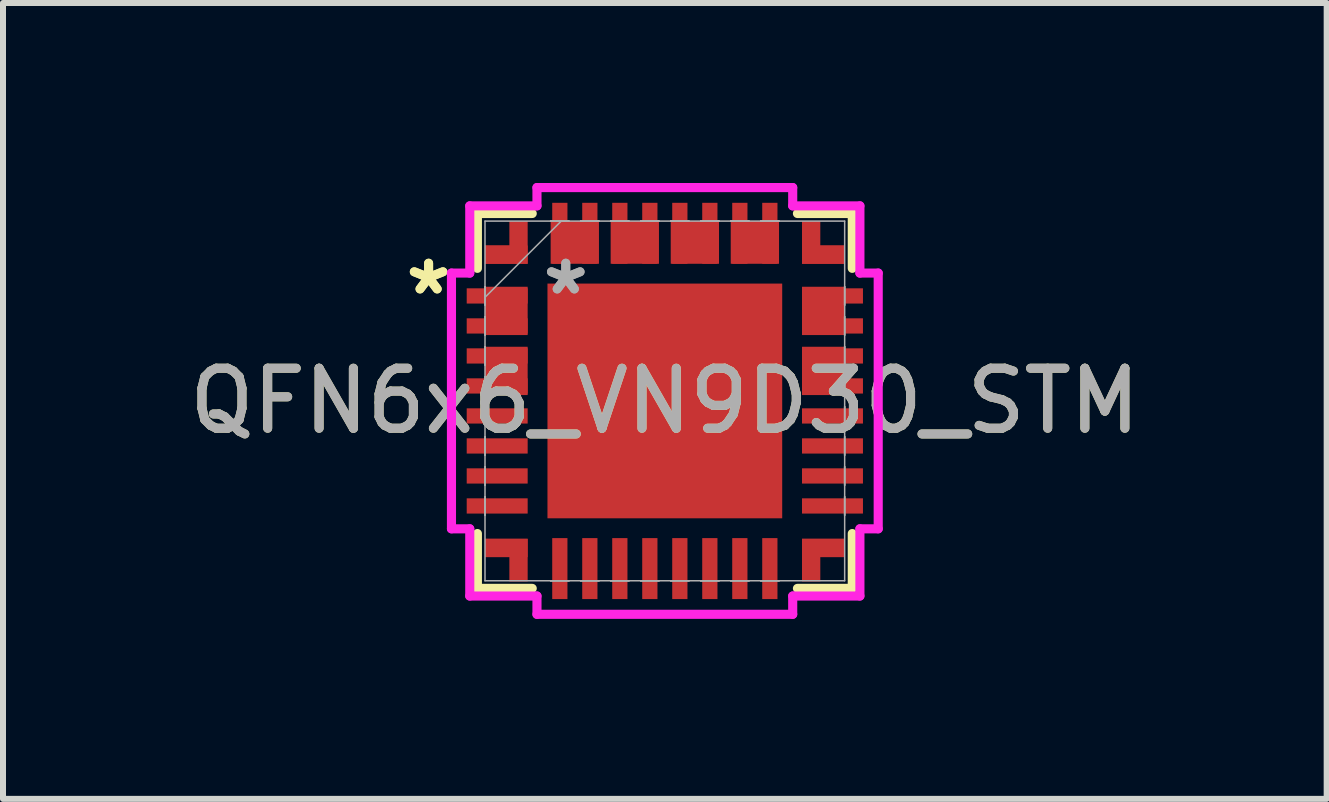
<source format=kicad_pcb>
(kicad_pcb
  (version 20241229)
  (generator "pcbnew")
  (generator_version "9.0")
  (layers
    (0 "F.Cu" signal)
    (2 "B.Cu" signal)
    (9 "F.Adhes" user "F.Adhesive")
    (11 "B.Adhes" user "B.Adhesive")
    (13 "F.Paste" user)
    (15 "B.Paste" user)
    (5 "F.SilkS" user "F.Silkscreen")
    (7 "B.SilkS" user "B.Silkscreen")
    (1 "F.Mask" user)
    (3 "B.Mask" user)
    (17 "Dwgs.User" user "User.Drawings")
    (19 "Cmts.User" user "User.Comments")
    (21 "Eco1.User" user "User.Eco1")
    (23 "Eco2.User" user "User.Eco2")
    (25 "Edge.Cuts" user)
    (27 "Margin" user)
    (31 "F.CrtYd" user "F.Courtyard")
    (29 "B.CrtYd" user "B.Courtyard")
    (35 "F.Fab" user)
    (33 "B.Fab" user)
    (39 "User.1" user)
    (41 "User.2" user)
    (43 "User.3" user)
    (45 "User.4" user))
  (footprint "QFN6x6_VN9D30_STM"
    (layer "F.Cu")
    (at 8.03 3.632)
    (property "Reference" "QFN6x6_VN9D30_STM" (at 0 0 0) (unlocked yes) (layer "F.SilkS") (effects (font (size 1 1) (thickness 0.15))))
    (attr smd)
    (fp_poly (pts (xy -2.286 -1.903) (xy -2.286 -1.098) (xy -2.997 -1.098) (xy -2.997 -1.903)) (stroke (width 0) (type solid)) (fill yes) (layer "F.Cu"))
    (fp_poly (pts (xy -2.286 -0.903) (xy -2.286 -0.098) (xy -2.997 -0.098) (xy -2.997 -0.903)) (stroke (width 0) (type solid)) (fill yes) (layer "F.Cu"))
    (fp_poly (pts (xy -1.903 -2.997) (xy -1.098 -2.997) (xy -1.098 -2.286) (xy -1.903 -2.286)) (stroke (width 0) (type solid)) (fill yes) (layer "F.Cu"))
    (fp_poly (pts (xy -0.903 -2.997) (xy -0.098 -2.997) (xy -0.098 -2.286) (xy -0.903 -2.286)) (stroke (width 0) (type solid)) (fill yes) (layer "F.Cu"))
    (fp_poly (pts (xy 0.098 -2.997) (xy 0.903 -2.997) (xy 0.903 -2.286) (xy 0.098 -2.286)) (stroke (width 0) (type solid)) (fill yes) (layer "F.Cu"))
    (fp_poly (pts (xy 1.098 -2.997) (xy 1.903 -2.997) (xy 1.903 -2.286) (xy 1.098 -2.286)) (stroke (width 0) (type solid)) (fill yes) (layer "F.Cu"))
    (fp_poly (pts (xy 2.997 -1.903) (xy 2.997 -1.098) (xy 2.286 -1.098) (xy 2.286 -1.903)) (stroke (width 0) (type solid)) (fill yes) (layer "F.Cu"))
    (fp_poly (pts (xy 2.997 -0.903) (xy 2.997 -0.098) (xy 2.286 -0.098) (xy 2.286 -0.903)) (stroke (width 0) (type solid)) (fill yes) (layer "F.Cu"))
    (fp_poly (pts (xy -2.286 -2.286) (xy -2.286 -2.997) (xy -2.591 -2.997) (xy -2.591 -2.591) (xy -2.997 -2.591) (xy -2.997 -2.286)) (stroke (width 0) (type solid)) (fill yes) (layer "F.Cu"))
    (fp_poly (pts (xy -2.286 2.297) (xy -2.286 3.008) (xy -2.591 3.008) (xy -2.591 2.602) (xy -2.997 2.602) (xy -2.997 2.297)) (stroke (width 0) (type solid)) (fill yes) (layer "F.Cu"))
    (fp_poly (pts (xy 2.286 -2.286) (xy 2.286 -2.997) (xy 2.591 -2.997) (xy 2.591 -2.591) (xy 2.997 -2.591) (xy 2.997 -2.286)) (stroke (width 0) (type solid)) (fill yes) (layer "F.Cu"))
    (fp_poly (pts (xy 2.286 2.297) (xy 2.286 3.008) (xy 2.591 3.008) (xy 2.591 2.602) (xy 2.997 2.602) (xy 2.997 2.297)) (stroke (width 0) (type solid)) (fill yes) (layer "F.Cu"))
    (fp_poly (pts (xy -2.286 -1.903) (xy -2.286 -1.098) (xy -2.997 -1.098) (xy -2.997 -1.903)) (stroke (width 0) (type solid)) (fill yes) (layer "F.Mask"))
    (fp_poly (pts (xy -2.286 2.297) (xy -2.286 3.008) (xy -2.591 3.008) (xy -2.591 2.602) (xy -2.997 2.602) (xy -2.997 2.297)) (stroke (width 0) (type solid)) (fill yes) (layer "F.Mask"))
    (fp_line (start -3.124 -3.124) (end -3.124 -2.21) (stroke (width 0.152) (type solid)) (layer "F.SilkS"))
    (fp_line (start -3.124 2.21) (end -3.124 3.124) (stroke (width 0.152) (type solid)) (layer "F.SilkS"))
    (fp_line (start -3.124 3.124) (end -2.21 3.124) (stroke (width 0.152) (type solid)) (layer "F.SilkS"))
    (fp_line (start -2.21 -3.124) (end -3.124 -3.124) (stroke (width 0.152) (type solid)) (layer "F.SilkS"))
    (fp_line (start 2.21 3.124) (end 3.124 3.124) (stroke (width 0.152) (type solid)) (layer "F.SilkS"))
    (fp_line (start 3.124 -3.124) (end 2.21 -3.124) (stroke (width 0.152) (type solid)) (layer "F.SilkS"))
    (fp_line (start 3.124 -2.21) (end 3.124 -3.124) (stroke (width 0.152) (type solid)) (layer "F.SilkS"))
    (fp_line (start 3.124 3.124) (end 3.124 2.21) (stroke (width 0.152) (type solid)) (layer "F.SilkS"))
    (fp_poly (pts (xy -2.286 -1.903) (xy -2.286 -1.098) (xy -2.997 -1.098) (xy -2.997 -1.903)) (stroke (width 0) (type solid)) (fill yes) (layer "F.Paste"))
    (fp_poly (pts (xy -2.286 2.297) (xy -2.286 3.008) (xy -2.591 3.008) (xy -2.591 2.602) (xy -2.997 2.602) (xy -2.997 2.297)) (stroke (width 0) (type solid)) (fill yes) (layer "F.Paste"))
    (fp_line (start -3.556 -2.131) (end -3.251 -2.131) (stroke (width 0.152) (type solid)) (layer "F.CrtYd"))
    (fp_line (start -3.556 2.131) (end -3.556 -2.131) (stroke (width 0.152) (type solid)) (layer "F.CrtYd"))
    (fp_line (start -3.251 -3.251) (end -2.131 -3.251) (stroke (width 0.152) (type solid)) (layer "F.CrtYd"))
    (fp_line (start -3.251 -2.131) (end -3.251 -3.251) (stroke (width 0.152) (type solid)) (layer "F.CrtYd"))
    (fp_line (start -3.251 2.131) (end -3.556 2.131) (stroke (width 0.152) (type solid)) (layer "F.CrtYd"))
    (fp_line (start -3.251 3.251) (end -3.251 2.131) (stroke (width 0.152) (type solid)) (layer "F.CrtYd"))
    (fp_line (start -2.131 -3.556) (end 2.131 -3.556) (stroke (width 0.152) (type solid)) (layer "F.CrtYd"))
    (fp_line (start -2.131 -3.251) (end -2.131 -3.556) (stroke (width 0.152) (type solid)) (layer "F.CrtYd"))
    (fp_line (start -2.131 3.251) (end -3.251 3.251) (stroke (width 0.152) (type solid)) (layer "F.CrtYd"))
    (fp_line (start -2.131 3.556) (end -2.131 3.251) (stroke (width 0.152) (type solid)) (layer "F.CrtYd"))
    (fp_line (start 2.131 -3.556) (end 2.131 -3.251) (stroke (width 0.152) (type solid)) (layer "F.CrtYd"))
    (fp_line (start 2.131 -3.251) (end 3.251 -3.251) (stroke (width 0.152) (type solid)) (layer "F.CrtYd"))
    (fp_line (start 2.131 3.251) (end 2.131 3.556) (stroke (width 0.152) (type solid)) (layer "F.CrtYd"))
    (fp_line (start 2.131 3.556) (end -2.131 3.556) (stroke (width 0.152) (type solid)) (layer "F.CrtYd"))
    (fp_line (start 3.251 -3.251) (end 3.251 -2.131) (stroke (width 0.152) (type solid)) (layer "F.CrtYd"))
    (fp_line (start 3.251 -2.131) (end 3.556 -2.131) (stroke (width 0.152) (type solid)) (layer "F.CrtYd"))
    (fp_line (start 3.251 2.131) (end 3.251 3.251) (stroke (width 0.152) (type solid)) (layer "F.CrtYd"))
    (fp_line (start 3.251 3.251) (end 2.131 3.251) (stroke (width 0.152) (type solid)) (layer "F.CrtYd"))
    (fp_line (start 3.556 -2.131) (end 3.556 2.131) (stroke (width 0.152) (type solid)) (layer "F.CrtYd"))
    (fp_line (start 3.556 2.131) (end 3.251 2.131) (stroke (width 0.152) (type solid)) (layer "F.CrtYd"))
    (fp_line (start -2.997 -2.997) (end -2.997 2.997) (stroke (width 0.025) (type solid)) (layer "F.Fab"))
    (fp_line (start -2.997 -1.903) (end -2.997 -1.903) (stroke (width 0.025) (type solid)) (layer "F.Fab"))
    (fp_line (start -2.997 -1.903) (end -2.997 -1.598) (stroke (width 0.025) (type solid)) (layer "F.Fab"))
    (fp_line (start -2.997 -1.727) (end -1.727 -2.997) (stroke (width 0.025) (type solid)) (layer "F.Fab"))
    (fp_line (start -2.997 -1.598) (end -2.997 -1.903) (stroke (width 0.025) (type solid)) (layer "F.Fab"))
    (fp_line (start -2.997 -1.598) (end -2.997 -1.598) (stroke (width 0.025) (type solid)) (layer "F.Fab"))
    (fp_line (start -2.997 -1.403) (end -2.997 -1.403) (stroke (width 0.025) (type solid)) (layer "F.Fab"))
    (fp_line (start -2.997 -1.403) (end -2.997 -1.098) (stroke (width 0.025) (type solid)) (layer "F.Fab"))
    (fp_line (start -2.997 -1.098) (end -2.997 -1.403) (stroke (width 0.025) (type solid)) (layer "F.Fab"))
    (fp_line (start -2.997 -1.098) (end -2.997 -1.098) (stroke (width 0.025) (type solid)) (layer "F.Fab"))
    (fp_line (start -2.997 -0.903) (end -2.997 -0.903) (stroke (width 0.025) (type solid)) (layer "F.Fab"))
    (fp_line (start -2.997 -0.903) (end -2.997 -0.598) (stroke (width 0.025) (type solid)) (layer "F.Fab"))
    (fp_line (start -2.997 -0.598) (end -2.997 -0.903) (stroke (width 0.025) (type solid)) (layer "F.Fab"))
    (fp_line (start -2.997 -0.598) (end -2.997 -0.598) (stroke (width 0.025) (type solid)) (layer "F.Fab"))
    (fp_line (start -2.997 -0.402) (end -2.997 -0.402) (stroke (width 0.025) (type solid)) (layer "F.Fab"))
    (fp_line (start -2.997 -0.402) (end -2.997 -0.098) (stroke (width 0.025) (type solid)) (layer "F.Fab"))
    (fp_line (start -2.997 -0.098) (end -2.997 -0.402) (stroke (width 0.025) (type solid)) (layer "F.Fab"))
    (fp_line (start -2.997 -0.098) (end -2.997 -0.098) (stroke (width 0.025) (type solid)) (layer "F.Fab"))
    (fp_line (start -2.997 0.098) (end -2.997 0.098) (stroke (width 0.025) (type solid)) (layer "F.Fab"))
    (fp_line (start -2.997 0.098) (end -2.997 0.402) (stroke (width 0.025) (type solid)) (layer "F.Fab"))
    (fp_line (start -2.997 0.402) (end -2.997 0.098) (stroke (width 0.025) (type solid)) (layer "F.Fab"))
    (fp_line (start -2.997 0.402) (end -2.997 0.402) (stroke (width 0.025) (type solid)) (layer "F.Fab"))
    (fp_line (start -2.997 0.598) (end -2.997 0.598) (stroke (width 0.025) (type solid)) (layer "F.Fab"))
    (fp_line (start -2.997 0.598) (end -2.997 0.903) (stroke (width 0.025) (type solid)) (layer "F.Fab"))
    (fp_line (start -2.997 0.903) (end -2.997 0.598) (stroke (width 0.025) (type solid)) (layer "F.Fab"))
    (fp_line (start -2.997 0.903) (end -2.997 0.903) (stroke (width 0.025) (type solid)) (layer "F.Fab"))
    (fp_line (start -2.997 1.098) (end -2.997 1.098) (stroke (width 0.025) (type solid)) (layer "F.Fab"))
    (fp_line (start -2.997 1.098) (end -2.997 1.403) (stroke (width 0.025) (type solid)) (layer "F.Fab"))
    (fp_line (start -2.997 1.403) (end -2.997 1.098) (stroke (width 0.025) (type solid)) (layer "F.Fab"))
    (fp_line (start -2.997 1.403) (end -2.997 1.403) (stroke (width 0.025) (type solid)) (layer "F.Fab"))
    (fp_line (start -2.997 1.598) (end -2.997 1.598) (stroke (width 0.025) (type solid)) (layer "F.Fab"))
    (fp_line (start -2.997 1.598) (end -2.997 1.903) (stroke (width 0.025) (type solid)) (layer "F.Fab"))
    (fp_line (start -2.997 1.903) (end -2.997 1.598) (stroke (width 0.025) (type solid)) (layer "F.Fab"))
    (fp_line (start -2.997 1.903) (end -2.997 1.903) (stroke (width 0.025) (type solid)) (layer "F.Fab"))
    (fp_line (start -2.997 2.997) (end 2.997 2.997) (stroke (width 0.025) (type solid)) (layer "F.Fab"))
    (fp_line (start -1.903 -2.997) (end -1.903 -2.997) (stroke (width 0.025) (type solid)) (layer "F.Fab"))
    (fp_line (start -1.903 -2.997) (end -1.598 -2.997) (stroke (width 0.025) (type solid)) (layer "F.Fab"))
    (fp_line (start -1.903 2.997) (end -1.903 2.997) (stroke (width 0.025) (type solid)) (layer "F.Fab"))
    (fp_line (start -1.903 2.997) (end -1.598 2.997) (stroke (width 0.025) (type solid)) (layer "F.Fab"))
    (fp_line (start -1.598 -2.997) (end -1.903 -2.997) (stroke (width 0.025) (type solid)) (layer "F.Fab"))
    (fp_line (start -1.598 -2.997) (end -1.598 -2.997) (stroke (width 0.025) (type solid)) (layer "F.Fab"))
    (fp_line (start -1.598 2.997) (end -1.903 2.997) (stroke (width 0.025) (type solid)) (layer "F.Fab"))
    (fp_line (start -1.598 2.997) (end -1.598 2.997) (stroke (width 0.025) (type solid)) (layer "F.Fab"))
    (fp_line (start -1.403 -2.997) (end -1.403 -2.997) (stroke (width 0.025) (type solid)) (layer "F.Fab"))
    (fp_line (start -1.403 -2.997) (end -1.098 -2.997) (stroke (width 0.025) (type solid)) (layer "F.Fab"))
    (fp_line (start -1.403 2.997) (end -1.403 2.997) (stroke (width 0.025) (type solid)) (layer "F.Fab"))
    (fp_line (start -1.403 2.997) (end -1.098 2.997) (stroke (width 0.025) (type solid)) (layer "F.Fab"))
    (fp_line (start -1.098 -2.997) (end -1.403 -2.997) (stroke (width 0.025) (type solid)) (layer "F.Fab"))
    (fp_line (start -1.098 -2.997) (end -1.098 -2.997) (stroke (width 0.025) (type solid)) (layer "F.Fab"))
    (fp_line (start -1.098 2.997) (end -1.403 2.997) (stroke (width 0.025) (type solid)) (layer "F.Fab"))
    (fp_line (start -1.098 2.997) (end -1.098 2.997) (stroke (width 0.025) (type solid)) (layer "F.Fab"))
    (fp_line (start -0.903 -2.997) (end -0.903 -2.997) (stroke (width 0.025) (type solid)) (layer "F.Fab"))
    (fp_line (start -0.903 -2.997) (end -0.598 -2.997) (stroke (width 0.025) (type solid)) (layer "F.Fab"))
    (fp_line (start -0.903 2.997) (end -0.903 2.997) (stroke (width 0.025) (type solid)) (layer "F.Fab"))
    (fp_line (start -0.903 2.997) (end -0.598 2.997) (stroke (width 0.025) (type solid)) (layer "F.Fab"))
    (fp_line (start -0.598 -2.997) (end -0.903 -2.997) (stroke (width 0.025) (type solid)) (layer "F.Fab"))
    (fp_line (start -0.598 -2.997) (end -0.598 -2.997) (stroke (width 0.025) (type solid)) (layer "F.Fab"))
    (fp_line (start -0.598 2.997) (end -0.903 2.997) (stroke (width 0.025) (type solid)) (layer "F.Fab"))
    (fp_line (start -0.598 2.997) (end -0.598 2.997) (stroke (width 0.025) (type solid)) (layer "F.Fab"))
    (fp_line (start -0.402 -2.997) (end -0.402 -2.997) (stroke (width 0.025) (type solid)) (layer "F.Fab"))
    (fp_line (start -0.402 -2.997) (end -0.098 -2.997) (stroke (width 0.025) (type solid)) (layer "F.Fab"))
    (fp_line (start -0.402 2.997) (end -0.402 2.997) (stroke (width 0.025) (type solid)) (layer "F.Fab"))
    (fp_line (start -0.402 2.997) (end -0.098 2.997) (stroke (width 0.025) (type solid)) (layer "F.Fab"))
    (fp_line (start -0.098 -2.997) (end -0.402 -2.997) (stroke (width 0.025) (type solid)) (layer "F.Fab"))
    (fp_line (start -0.098 -2.997) (end -0.098 -2.997) (stroke (width 0.025) (type solid)) (layer "F.Fab"))
    (fp_line (start -0.098 2.997) (end -0.402 2.997) (stroke (width 0.025) (type solid)) (layer "F.Fab"))
    (fp_line (start -0.098 2.997) (end -0.098 2.997) (stroke (width 0.025) (type solid)) (layer "F.Fab"))
    (fp_line (start 0.098 -2.997) (end 0.098 -2.997) (stroke (width 0.025) (type solid)) (layer "F.Fab"))
    (fp_line (start 0.098 -2.997) (end 0.402 -2.997) (stroke (width 0.025) (type solid)) (layer "F.Fab"))
    (fp_line (start 0.098 2.997) (end 0.098 2.997) (stroke (width 0.025) (type solid)) (layer "F.Fab"))
    (fp_line (start 0.098 2.997) (end 0.402 2.997) (stroke (width 0.025) (type solid)) (layer "F.Fab"))
    (fp_line (start 0.402 -2.997) (end 0.098 -2.997) (stroke (width 0.025) (type solid)) (layer "F.Fab"))
    (fp_line (start 0.402 -2.997) (end 0.402 -2.997) (stroke (width 0.025) (type solid)) (layer "F.Fab"))
    (fp_line (start 0.402 2.997) (end 0.098 2.997) (stroke (width 0.025) (type solid)) (layer "F.Fab"))
    (fp_line (start 0.402 2.997) (end 0.402 2.997) (stroke (width 0.025) (type solid)) (layer "F.Fab"))
    (fp_line (start 0.598 -2.997) (end 0.598 -2.997) (stroke (width 0.025) (type solid)) (layer "F.Fab"))
    (fp_line (start 0.598 -2.997) (end 0.903 -2.997) (stroke (width 0.025) (type solid)) (layer "F.Fab"))
    (fp_line (start 0.598 2.997) (end 0.598 2.997) (stroke (width 0.025) (type solid)) (layer "F.Fab"))
    (fp_line (start 0.598 2.997) (end 0.903 2.997) (stroke (width 0.025) (type solid)) (layer "F.Fab"))
    (fp_line (start 0.903 -2.997) (end 0.598 -2.997) (stroke (width 0.025) (type solid)) (layer "F.Fab"))
    (fp_line (start 0.903 -2.997) (end 0.903 -2.997) (stroke (width 0.025) (type solid)) (layer "F.Fab"))
    (fp_line (start 0.903 2.997) (end 0.598 2.997) (stroke (width 0.025) (type solid)) (layer "F.Fab"))
    (fp_line (start 0.903 2.997) (end 0.903 2.997) (stroke (width 0.025) (type solid)) (layer "F.Fab"))
    (fp_line (start 1.098 -2.997) (end 1.098 -2.997) (stroke (width 0.025) (type solid)) (layer "F.Fab"))
    (fp_line (start 1.098 -2.997) (end 1.403 -2.997) (stroke (width 0.025) (type solid)) (layer "F.Fab"))
    (fp_line (start 1.098 2.997) (end 1.098 2.997) (stroke (width 0.025) (type solid)) (layer "F.Fab"))
    (fp_line (start 1.098 2.997) (end 1.403 2.997) (stroke (width 0.025) (type solid)) (layer "F.Fab"))
    (fp_line (start 1.403 -2.997) (end 1.098 -2.997) (stroke (width 0.025) (type solid)) (layer "F.Fab"))
    (fp_line (start 1.403 -2.997) (end 1.403 -2.997) (stroke (width 0.025) (type solid)) (layer "F.Fab"))
    (fp_line (start 1.403 2.997) (end 1.098 2.997) (stroke (width 0.025) (type solid)) (layer "F.Fab"))
    (fp_line (start 1.403 2.997) (end 1.403 2.997) (stroke (width 0.025) (type solid)) (layer "F.Fab"))
    (fp_line (start 1.598 -2.997) (end 1.598 -2.997) (stroke (width 0.025) (type solid)) (layer "F.Fab"))
    (fp_line (start 1.598 -2.997) (end 1.903 -2.997) (stroke (width 0.025) (type solid)) (layer "F.Fab"))
    (fp_line (start 1.598 2.997) (end 1.598 2.997) (stroke (width 0.025) (type solid)) (layer "F.Fab"))
    (fp_line (start 1.598 2.997) (end 1.903 2.997) (stroke (width 0.025) (type solid)) (layer "F.Fab"))
    (fp_line (start 1.903 -2.997) (end 1.598 -2.997) (stroke (width 0.025) (type solid)) (layer "F.Fab"))
    (fp_line (start 1.903 -2.997) (end 1.903 -2.997) (stroke (width 0.025) (type solid)) (layer "F.Fab"))
    (fp_line (start 1.903 2.997) (end 1.598 2.997) (stroke (width 0.025) (type solid)) (layer "F.Fab"))
    (fp_line (start 1.903 2.997) (end 1.903 2.997) (stroke (width 0.025) (type solid)) (layer "F.Fab"))
    (fp_line (start 2.997 -2.997) (end -2.997 -2.997) (stroke (width 0.025) (type solid)) (layer "F.Fab"))
    (fp_line (start 2.997 -1.903) (end 2.997 -1.903) (stroke (width 0.025) (type solid)) (layer "F.Fab"))
    (fp_line (start 2.997 -1.903) (end 2.997 -1.598) (stroke (width 0.025) (type solid)) (layer "F.Fab"))
    (fp_line (start 2.997 -1.598) (end 2.997 -1.903) (stroke (width 0.025) (type solid)) (layer "F.Fab"))
    (fp_line (start 2.997 -1.598) (end 2.997 -1.598) (stroke (width 0.025) (type solid)) (layer "F.Fab"))
    (fp_line (start 2.997 -1.403) (end 2.997 -1.403) (stroke (width 0.025) (type solid)) (layer "F.Fab"))
    (fp_line (start 2.997 -1.403) (end 2.997 -1.098) (stroke (width 0.025) (type solid)) (layer "F.Fab"))
    (fp_line (start 2.997 -1.098) (end 2.997 -1.403) (stroke (width 0.025) (type solid)) (layer "F.Fab"))
    (fp_line (start 2.997 -1.098) (end 2.997 -1.098) (stroke (width 0.025) (type solid)) (layer "F.Fab"))
    (fp_line (start 2.997 -0.903) (end 2.997 -0.903) (stroke (width 0.025) (type solid)) (layer "F.Fab"))
    (fp_line (start 2.997 -0.903) (end 2.997 -0.598) (stroke (width 0.025) (type solid)) (layer "F.Fab"))
    (fp_line (start 2.997 -0.598) (end 2.997 -0.903) (stroke (width 0.025) (type solid)) (layer "F.Fab"))
    (fp_line (start 2.997 -0.598) (end 2.997 -0.598) (stroke (width 0.025) (type solid)) (layer "F.Fab"))
    (fp_line (start 2.997 -0.402) (end 2.997 -0.402) (stroke (width 0.025) (type solid)) (layer "F.Fab"))
    (fp_line (start 2.997 -0.402) (end 2.997 -0.098) (stroke (width 0.025) (type solid)) (layer "F.Fab"))
    (fp_line (start 2.997 -0.098) (end 2.997 -0.402) (stroke (width 0.025) (type solid)) (layer "F.Fab"))
    (fp_line (start 2.997 -0.098) (end 2.997 -0.098) (stroke (width 0.025) (type solid)) (layer "F.Fab"))
    (fp_line (start 2.997 0.098) (end 2.997 0.098) (stroke (width 0.025) (type solid)) (layer "F.Fab"))
    (fp_line (start 2.997 0.098) (end 2.997 0.402) (stroke (width 0.025) (type solid)) (layer "F.Fab"))
    (fp_line (start 2.997 0.402) (end 2.997 0.098) (stroke (width 0.025) (type solid)) (layer "F.Fab"))
    (fp_line (start 2.997 0.402) (end 2.997 0.402) (stroke (width 0.025) (type solid)) (layer "F.Fab"))
    (fp_line (start 2.997 0.598) (end 2.997 0.598) (stroke (width 0.025) (type solid)) (layer "F.Fab"))
    (fp_line (start 2.997 0.598) (end 2.997 0.903) (stroke (width 0.025) (type solid)) (layer "F.Fab"))
    (fp_line (start 2.997 0.903) (end 2.997 0.598) (stroke (width 0.025) (type solid)) (layer "F.Fab"))
    (fp_line (start 2.997 0.903) (end 2.997 0.903) (stroke (width 0.025) (type solid)) (layer "F.Fab"))
    (fp_line (start 2.997 1.098) (end 2.997 1.098) (stroke (width 0.025) (type solid)) (layer "F.Fab"))
    (fp_line (start 2.997 1.098) (end 2.997 1.403) (stroke (width 0.025) (type solid)) (layer "F.Fab"))
    (fp_line (start 2.997 1.403) (end 2.997 1.098) (stroke (width 0.025) (type solid)) (layer "F.Fab"))
    (fp_line (start 2.997 1.403) (end 2.997 1.403) (stroke (width 0.025) (type solid)) (layer "F.Fab"))
    (fp_line (start 2.997 1.598) (end 2.997 1.598) (stroke (width 0.025) (type solid)) (layer "F.Fab"))
    (fp_line (start 2.997 1.598) (end 2.997 1.903) (stroke (width 0.025) (type solid)) (layer "F.Fab"))
    (fp_line (start 2.997 1.903) (end 2.997 1.598) (stroke (width 0.025) (type solid)) (layer "F.Fab"))
    (fp_line (start 2.997 1.903) (end 2.997 1.903) (stroke (width 0.025) (type solid)) (layer "F.Fab"))
    (fp_line (start 2.997 2.997) (end 2.997 -2.997) (stroke (width 0.025) (type solid)) (layer "F.Fab"))
    (fp_text user "*" (at -3.937 -1.75 0) (unlocked yes) (layer "F.SilkS") (effects (font (size 1 1) (thickness 0.15))))
    (fp_text user "*" (at -3.937 -1.75 0) (layer "F.SilkS") (effects (font (size 1 1) (thickness 0.15))))
    (fp_text user "*" (at -1.651 -1.75 0) (layer "F.Fab") (effects (font (size 1 1) (thickness 0.15))))
    (fp_text user "*" (at -1.651 -1.75 0) (unlocked yes) (layer "F.Fab") (effects (font (size 1 1) (thickness 0.15))))
    (fp_text user "${REFERENCE}" (at 0 0 0) (unlocked yes) (layer "F.Fab") (effects (font (size 1 1) (thickness 0.15))))
    (pad "1" smd rect (at -2.794 -1.75 90) (size 0.254 1.016) (layers "F.Cu" "F.Mask" "F.Paste"))
    (pad "2" smd rect (at -2.794 -1.25 90) (size 0.254 1.016) (layers "F.Cu" "F.Mask" "F.Paste"))
    (pad "3" smd rect (at -2.794 -0.75 90) (size 0.254 1.016) (layers "F.Cu" "F.Mask" "F.Paste"))
    (pad "4" smd rect (at -2.794 -0.25 90) (size 0.254 1.016) (layers "F.Cu" "F.Mask" "F.Paste"))
    (pad "5" smd rect (at -2.794 0.25 90) (size 0.254 1.016) (layers "F.Cu" "F.Mask" "F.Paste"))
    (pad "6" smd rect (at -2.794 0.75 90) (size 0.254 1.016) (layers "F.Cu" "F.Mask" "F.Paste"))
    (pad "7" smd rect (at -2.794 1.25 90) (size 0.254 1.016) (layers "F.Cu" "F.Mask" "F.Paste"))
    (pad "8" smd rect (at -2.794 1.75 90) (size 0.254 1.016) (layers "F.Cu" "F.Mask" "F.Paste"))
    (pad "9" smd rect (at -1.75 2.794) (size 0.254 1.016) (layers "F.Cu" "F.Mask" "F.Paste"))
    (pad "10" smd rect (at -1.25 2.794) (size 0.254 1.016) (layers "F.Cu" "F.Mask" "F.Paste"))
    (pad "11" smd rect (at -0.75 2.794) (size 0.254 1.016) (layers "F.Cu" "F.Mask" "F.Paste"))
    (pad "12" smd rect (at -0.25 2.794) (size 0.254 1.016) (layers "F.Cu" "F.Mask" "F.Paste"))
    (pad "13" smd rect (at 0.25 2.794) (size 0.254 1.016) (layers "F.Cu" "F.Mask" "F.Paste"))
    (pad "14" smd rect (at 0.75 2.794) (size 0.254 1.016) (layers "F.Cu" "F.Mask" "F.Paste"))
    (pad "15" smd rect (at 1.25 2.794) (size 0.254 1.016) (layers "F.Cu" "F.Mask" "F.Paste"))
    (pad "16" smd rect (at 1.75 2.794) (size 0.254 1.016) (layers "F.Cu" "F.Mask" "F.Paste"))
    (pad "17" smd rect (at 2.794 1.75 90) (size 0.254 1.016) (layers "F.Cu" "F.Mask" "F.Paste"))
    (pad "18" smd rect (at 2.794 1.25 90) (size 0.254 1.016) (layers "F.Cu" "F.Mask" "F.Paste"))
    (pad "19" smd rect (at 2.794 0.75 90) (size 0.254 1.016) (layers "F.Cu" "F.Mask" "F.Paste"))
    (pad "20" smd rect (at 2.794 0.25 90) (size 0.254 1.016) (layers "F.Cu" "F.Mask" "F.Paste"))
    (pad "21" smd rect (at 2.794 -0.25 90) (size 0.254 1.016) (layers "F.Cu" "F.Mask" "F.Paste"))
    (pad "22" smd rect (at 2.794 -0.75 90) (size 0.254 1.016) (layers "F.Cu" "F.Mask" "F.Paste"))
    (pad "23" smd rect (at 2.794 -1.25 90) (size 0.254 1.016) (layers "F.Cu" "F.Mask" "F.Paste"))
    (pad "24" smd rect (at 2.794 -1.75 90) (size 0.254 1.016) (layers "F.Cu" "F.Mask" "F.Paste"))
    (pad "25" smd rect (at 1.75 -2.794) (size 0.254 1.016) (layers "F.Cu" "F.Mask" "F.Paste"))
    (pad "26" smd rect (at 1.25 -2.794) (size 0.254 1.016) (layers "F.Cu" "F.Mask" "F.Paste"))
    (pad "27" smd rect (at 0.75 -2.794) (size 0.254 1.016) (layers "F.Cu" "F.Mask" "F.Paste"))
    (pad "28" smd rect (at 0.25 -2.794) (size 0.254 1.016) (layers "F.Cu" "F.Mask" "F.Paste"))
    (pad "29" smd rect (at -0.25 -2.794) (size 0.254 1.016) (layers "F.Cu" "F.Mask" "F.Paste"))
    (pad "30" smd rect (at -0.75 -2.794) (size 0.254 1.016) (layers "F.Cu" "F.Mask" "F.Paste"))
    (pad "31" smd rect (at -1.25 -2.794) (size 0.254 1.016) (layers "F.Cu" "F.Mask" "F.Paste"))
    (pad "32" smd rect (at -1.75 -2.794) (size 0.254 1.016) (layers "F.Cu" "F.Mask" "F.Paste"))
    (pad "33" smd rect (at -2.642 -2.438) (size 0.711 0.305) (layers "F.Cu" "F.Mask"))
    (pad "34" smd rect (at -2.642 2.45) (size 0.711 0.305) (layers "F.Cu" "F.Mask"))
    (pad "35" smd rect (at 2.642 2.45) (size 0.711 0.305) (layers "F.Cu" "F.Mask"))
    (pad "36" smd rect (at 2.642 -2.438) (size 0.711 0.305) (layers "F.Cu" "F.Mask"))
    (pad "37" smd rect (at 0 0) (size 3.912 3.912) (layers "F.Cu" "F.Paste")))
  (gr_rect
    (start -3 -3)
    (end 19.06 10.264)
    (stroke (width 0.1) (type default))
    (fill no)
    (layer "Edge.Cuts")))
</source>
